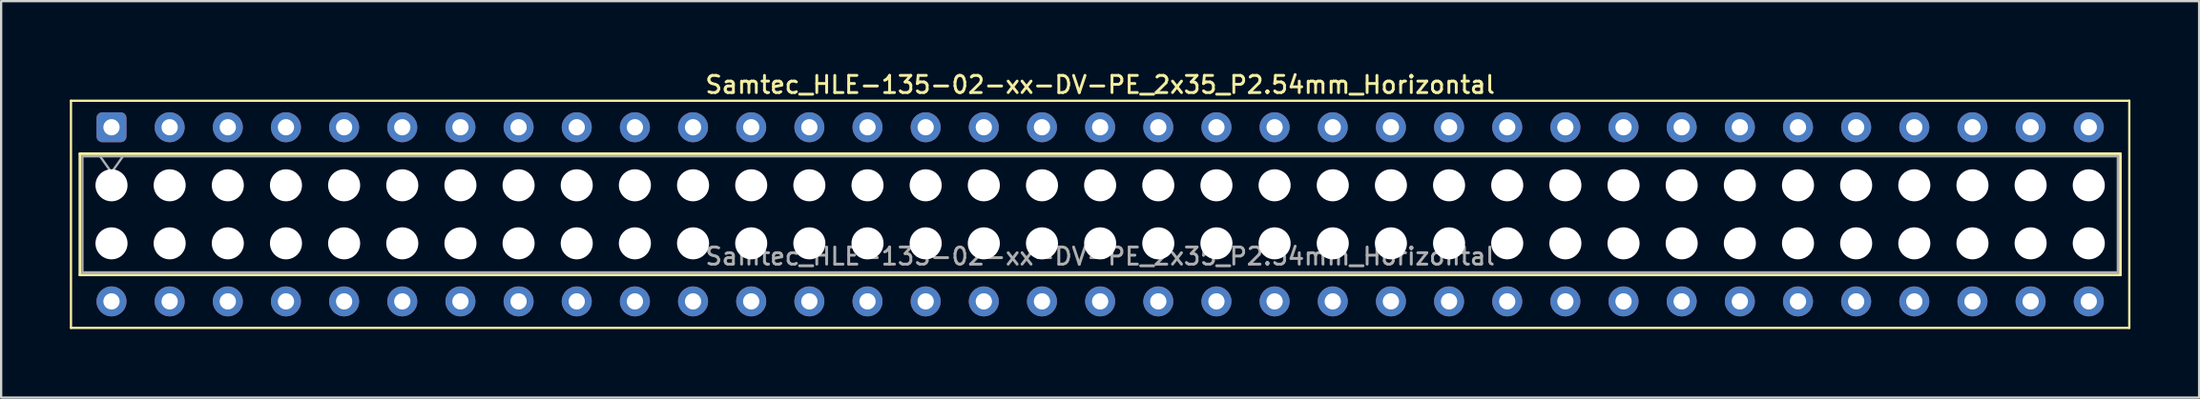
<source format=kicad_pcb>
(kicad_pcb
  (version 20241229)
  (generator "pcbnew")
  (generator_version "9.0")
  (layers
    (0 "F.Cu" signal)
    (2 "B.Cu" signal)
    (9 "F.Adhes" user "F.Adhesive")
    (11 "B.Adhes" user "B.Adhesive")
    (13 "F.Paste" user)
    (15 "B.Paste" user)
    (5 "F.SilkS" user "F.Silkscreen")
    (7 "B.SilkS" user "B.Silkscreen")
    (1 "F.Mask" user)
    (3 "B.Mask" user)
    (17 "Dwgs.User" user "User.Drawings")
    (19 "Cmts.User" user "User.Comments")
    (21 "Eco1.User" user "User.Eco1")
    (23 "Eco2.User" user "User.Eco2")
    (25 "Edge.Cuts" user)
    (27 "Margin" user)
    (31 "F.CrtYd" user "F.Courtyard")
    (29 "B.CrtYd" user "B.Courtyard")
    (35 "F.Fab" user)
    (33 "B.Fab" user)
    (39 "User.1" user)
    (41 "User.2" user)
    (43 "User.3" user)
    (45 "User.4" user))
  (footprint "Samtec_HLE-135-02-xx-DV-PE_2x35_P2.54mm_Horizontal"
    (layer "F.Cu")
    (at 1.82 2.518)
    (property "Reference" "Samtec_HLE-135-02-xx-DV-PE_2x35_P2.54mm_Horizontal" (at 43.18 -1.86 0) (layer "F.SilkS") (effects (font (size 0.75 0.75) (thickness 0.125))))
    (attr through_hole)
    (fp_line (start -1.77 -1.16) (end 88.13 -1.16) (stroke (width 0.1) (type solid)) (layer "F.SilkS"))
    (fp_line (start -1.77 8.78) (end -1.77 -1.16) (stroke (width 0.1) (type solid)) (layer "F.SilkS"))
    (fp_line (start -1.38 1.16) (end 87.74 1.16) (stroke (width 0.12) (type solid)) (layer "F.SilkS"))
    (fp_line (start -1.38 6.46) (end -1.38 1.16) (stroke (width 0.12) (type solid)) (layer "F.SilkS"))
    (fp_line (start 87.74 1.16) (end 87.74 6.46) (stroke (width 0.12) (type solid)) (layer "F.SilkS"))
    (fp_line (start 87.74 6.46) (end -1.38 6.46) (stroke (width 0.12) (type solid)) (layer "F.SilkS"))
    (fp_line (start 88.13 -1.16) (end 88.13 8.78) (stroke (width 0.1) (type solid)) (layer "F.SilkS"))
    (fp_line (start 88.13 8.78) (end -1.77 8.78) (stroke (width 0.1) (type solid)) (layer "F.SilkS"))
    (fp_line (start -1.27 1.27) (end 87.63 1.27) (stroke (width 0.1) (type solid)) (layer "F.Fab"))
    (fp_line (start -1.27 6.35) (end -1.27 1.27) (stroke (width 0.1) (type solid)) (layer "F.Fab"))
    (fp_line (start -0.5 1.27) (end 0 1.977) (stroke (width 0.1) (type solid)) (layer "F.Fab"))
    (fp_line (start 0 1.977) (end 0.5 1.27) (stroke (width 0.1) (type solid)) (layer "F.Fab"))
    (fp_line (start 87.63 1.27) (end 87.63 6.35) (stroke (width 0.1) (type solid)) (layer "F.Fab"))
    (fp_line (start 87.63 6.35) (end -1.27 6.35) (stroke (width 0.1) (type solid)) (layer "F.Fab"))
    (fp_text user "${REFERENCE}" (at 43.18 5.65 0) (layer "F.Fab") (effects (font (size 0.75 0.75) (thickness 0.125))))
    (pad "" np_thru_hole circle (at 0 2.54) (size 1.4 1.4) (drill 1.4) (layers "*.Cu" "*.Mask"))
    (pad "" np_thru_hole circle (at 0 5.08) (size 1.4 1.4) (drill 1.4) (layers "*.Cu" "*.Mask"))
    (pad "" np_thru_hole circle (at 2.54 2.54) (size 1.4 1.4) (drill 1.4) (layers "*.Cu" "*.Mask"))
    (pad "" np_thru_hole circle (at 2.54 5.08) (size 1.4 1.4) (drill 1.4) (layers "*.Cu" "*.Mask"))
    (pad "" np_thru_hole circle (at 5.08 2.54) (size 1.4 1.4) (drill 1.4) (layers "*.Cu" "*.Mask"))
    (pad "" np_thru_hole circle (at 5.08 5.08) (size 1.4 1.4) (drill 1.4) (layers "*.Cu" "*.Mask"))
    (pad "" np_thru_hole circle (at 7.62 2.54) (size 1.4 1.4) (drill 1.4) (layers "*.Cu" "*.Mask"))
    (pad "" np_thru_hole circle (at 7.62 5.08) (size 1.4 1.4) (drill 1.4) (layers "*.Cu" "*.Mask"))
    (pad "" np_thru_hole circle (at 10.16 2.54) (size 1.4 1.4) (drill 1.4) (layers "*.Cu" "*.Mask"))
    (pad "" np_thru_hole circle (at 10.16 5.08) (size 1.4 1.4) (drill 1.4) (layers "*.Cu" "*.Mask"))
    (pad "" np_thru_hole circle (at 12.7 2.54) (size 1.4 1.4) (drill 1.4) (layers "*.Cu" "*.Mask"))
    (pad "" np_thru_hole circle (at 12.7 5.08) (size 1.4 1.4) (drill 1.4) (layers "*.Cu" "*.Mask"))
    (pad "" np_thru_hole circle (at 15.24 2.54) (size 1.4 1.4) (drill 1.4) (layers "*.Cu" "*.Mask"))
    (pad "" np_thru_hole circle (at 15.24 5.08) (size 1.4 1.4) (drill 1.4) (layers "*.Cu" "*.Mask"))
    (pad "" np_thru_hole circle (at 17.78 2.54) (size 1.4 1.4) (drill 1.4) (layers "*.Cu" "*.Mask"))
    (pad "" np_thru_hole circle (at 17.78 5.08) (size 1.4 1.4) (drill 1.4) (layers "*.Cu" "*.Mask"))
    (pad "" np_thru_hole circle (at 20.32 2.54) (size 1.4 1.4) (drill 1.4) (layers "*.Cu" "*.Mask"))
    (pad "" np_thru_hole circle (at 20.32 5.08) (size 1.4 1.4) (drill 1.4) (layers "*.Cu" "*.Mask"))
    (pad "" np_thru_hole circle (at 22.86 2.54) (size 1.4 1.4) (drill 1.4) (layers "*.Cu" "*.Mask"))
    (pad "" np_thru_hole circle (at 22.86 5.08) (size 1.4 1.4) (drill 1.4) (layers "*.Cu" "*.Mask"))
    (pad "" np_thru_hole circle (at 25.4 2.54) (size 1.4 1.4) (drill 1.4) (layers "*.Cu" "*.Mask"))
    (pad "" np_thru_hole circle (at 25.4 5.08) (size 1.4 1.4) (drill 1.4) (layers "*.Cu" "*.Mask"))
    (pad "" np_thru_hole circle (at 27.94 2.54) (size 1.4 1.4) (drill 1.4) (layers "*.Cu" "*.Mask"))
    (pad "" np_thru_hole circle (at 27.94 5.08) (size 1.4 1.4) (drill 1.4) (layers "*.Cu" "*.Mask"))
    (pad "" np_thru_hole circle (at 30.48 2.54) (size 1.4 1.4) (drill 1.4) (layers "*.Cu" "*.Mask"))
    (pad "" np_thru_hole circle (at 30.48 5.08) (size 1.4 1.4) (drill 1.4) (layers "*.Cu" "*.Mask"))
    (pad "" np_thru_hole circle (at 33.02 2.54) (size 1.4 1.4) (drill 1.4) (layers "*.Cu" "*.Mask"))
    (pad "" np_thru_hole circle (at 33.02 5.08) (size 1.4 1.4) (drill 1.4) (layers "*.Cu" "*.Mask"))
    (pad "" np_thru_hole circle (at 35.56 2.54) (size 1.4 1.4) (drill 1.4) (layers "*.Cu" "*.Mask"))
    (pad "" np_thru_hole circle (at 35.56 5.08) (size 1.4 1.4) (drill 1.4) (layers "*.Cu" "*.Mask"))
    (pad "" np_thru_hole circle (at 38.1 2.54) (size 1.4 1.4) (drill 1.4) (layers "*.Cu" "*.Mask"))
    (pad "" np_thru_hole circle (at 38.1 5.08) (size 1.4 1.4) (drill 1.4) (layers "*.Cu" "*.Mask"))
    (pad "" np_thru_hole circle (at 40.64 2.54) (size 1.4 1.4) (drill 1.4) (layers "*.Cu" "*.Mask"))
    (pad "" np_thru_hole circle (at 40.64 5.08) (size 1.4 1.4) (drill 1.4) (layers "*.Cu" "*.Mask"))
    (pad "" np_thru_hole circle (at 43.18 2.54) (size 1.4 1.4) (drill 1.4) (layers "*.Cu" "*.Mask"))
    (pad "" np_thru_hole circle (at 43.18 5.08) (size 1.4 1.4) (drill 1.4) (layers "*.Cu" "*.Mask"))
    (pad "" np_thru_hole circle (at 45.72 2.54) (size 1.4 1.4) (drill 1.4) (layers "*.Cu" "*.Mask"))
    (pad "" np_thru_hole circle (at 45.72 5.08) (size 1.4 1.4) (drill 1.4) (layers "*.Cu" "*.Mask"))
    (pad "" np_thru_hole circle (at 48.26 2.54) (size 1.4 1.4) (drill 1.4) (layers "*.Cu" "*.Mask"))
    (pad "" np_thru_hole circle (at 48.26 5.08) (size 1.4 1.4) (drill 1.4) (layers "*.Cu" "*.Mask"))
    (pad "" np_thru_hole circle (at 50.8 2.54) (size 1.4 1.4) (drill 1.4) (layers "*.Cu" "*.Mask"))
    (pad "" np_thru_hole circle (at 50.8 5.08) (size 1.4 1.4) (drill 1.4) (layers "*.Cu" "*.Mask"))
    (pad "" np_thru_hole circle (at 53.34 2.54) (size 1.4 1.4) (drill 1.4) (layers "*.Cu" "*.Mask"))
    (pad "" np_thru_hole circle (at 53.34 5.08) (size 1.4 1.4) (drill 1.4) (layers "*.Cu" "*.Mask"))
    (pad "" np_thru_hole circle (at 55.88 2.54) (size 1.4 1.4) (drill 1.4) (layers "*.Cu" "*.Mask"))
    (pad "" np_thru_hole circle (at 55.88 5.08) (size 1.4 1.4) (drill 1.4) (layers "*.Cu" "*.Mask"))
    (pad "" np_thru_hole circle (at 58.42 2.54) (size 1.4 1.4) (drill 1.4) (layers "*.Cu" "*.Mask"))
    (pad "" np_thru_hole circle (at 58.42 5.08) (size 1.4 1.4) (drill 1.4) (layers "*.Cu" "*.Mask"))
    (pad "" np_thru_hole circle (at 60.96 2.54) (size 1.4 1.4) (drill 1.4) (layers "*.Cu" "*.Mask"))
    (pad "" np_thru_hole circle (at 60.96 5.08) (size 1.4 1.4) (drill 1.4) (layers "*.Cu" "*.Mask"))
    (pad "" np_thru_hole circle (at 63.5 2.54) (size 1.4 1.4) (drill 1.4) (layers "*.Cu" "*.Mask"))
    (pad "" np_thru_hole circle (at 63.5 5.08) (size 1.4 1.4) (drill 1.4) (layers "*.Cu" "*.Mask"))
    (pad "" np_thru_hole circle (at 66.04 2.54) (size 1.4 1.4) (drill 1.4) (layers "*.Cu" "*.Mask"))
    (pad "" np_thru_hole circle (at 66.04 5.08) (size 1.4 1.4) (drill 1.4) (layers "*.Cu" "*.Mask"))
    (pad "" np_thru_hole circle (at 68.58 2.54) (size 1.4 1.4) (drill 1.4) (layers "*.Cu" "*.Mask"))
    (pad "" np_thru_hole circle (at 68.58 5.08) (size 1.4 1.4) (drill 1.4) (layers "*.Cu" "*.Mask"))
    (pad "" np_thru_hole circle (at 71.12 2.54) (size 1.4 1.4) (drill 1.4) (layers "*.Cu" "*.Mask"))
    (pad "" np_thru_hole circle (at 71.12 5.08) (size 1.4 1.4) (drill 1.4) (layers "*.Cu" "*.Mask"))
    (pad "" np_thru_hole circle (at 73.66 2.54) (size 1.4 1.4) (drill 1.4) (layers "*.Cu" "*.Mask"))
    (pad "" np_thru_hole circle (at 73.66 5.08) (size 1.4 1.4) (drill 1.4) (layers "*.Cu" "*.Mask"))
    (pad "" np_thru_hole circle (at 76.2 2.54) (size 1.4 1.4) (drill 1.4) (layers "*.Cu" "*.Mask"))
    (pad "" np_thru_hole circle (at 76.2 5.08) (size 1.4 1.4) (drill 1.4) (layers "*.Cu" "*.Mask"))
    (pad "" np_thru_hole circle (at 78.74 2.54) (size 1.4 1.4) (drill 1.4) (layers "*.Cu" "*.Mask"))
    (pad "" np_thru_hole circle (at 78.74 5.08) (size 1.4 1.4) (drill 1.4) (layers "*.Cu" "*.Mask"))
    (pad "" np_thru_hole circle (at 81.28 2.54) (size 1.4 1.4) (drill 1.4) (layers "*.Cu" "*.Mask"))
    (pad "" np_thru_hole circle (at 81.28 5.08) (size 1.4 1.4) (drill 1.4) (layers "*.Cu" "*.Mask"))
    (pad "" np_thru_hole circle (at 83.82 2.54) (size 1.4 1.4) (drill 1.4) (layers "*.Cu" "*.Mask"))
    (pad "" np_thru_hole circle (at 83.82 5.08) (size 1.4 1.4) (drill 1.4) (layers "*.Cu" "*.Mask"))
    (pad "" np_thru_hole circle (at 86.36 2.54) (size 1.4 1.4) (drill 1.4) (layers "*.Cu" "*.Mask"))
    (pad "" np_thru_hole circle (at 86.36 5.08) (size 1.4 1.4) (drill 1.4) (layers "*.Cu" "*.Mask"))
    (pad "1" thru_hole roundrect (at 0 0) (size 1.31 1.31) (drill 0.71) (layers "*.Cu" "*.Mask") (roundrect_rratio 0.191))
    (pad "2" thru_hole circle (at 0 7.62) (size 1.31 1.31) (drill 0.71) (layers "*.Cu" "*.Mask"))
    (pad "3" thru_hole circle (at 2.54 0) (size 1.31 1.31) (drill 0.71) (layers "*.Cu" "*.Mask"))
    (pad "4" thru_hole circle (at 2.54 7.62) (size 1.31 1.31) (drill 0.71) (layers "*.Cu" "*.Mask"))
    (pad "5" thru_hole circle (at 5.08 0) (size 1.31 1.31) (drill 0.71) (layers "*.Cu" "*.Mask"))
    (pad "6" thru_hole circle (at 5.08 7.62) (size 1.31 1.31) (drill 0.71) (layers "*.Cu" "*.Mask"))
    (pad "7" thru_hole circle (at 7.62 0) (size 1.31 1.31) (drill 0.71) (layers "*.Cu" "*.Mask"))
    (pad "8" thru_hole circle (at 7.62 7.62) (size 1.31 1.31) (drill 0.71) (layers "*.Cu" "*.Mask"))
    (pad "9" thru_hole circle (at 10.16 0) (size 1.31 1.31) (drill 0.71) (layers "*.Cu" "*.Mask"))
    (pad "10" thru_hole circle (at 10.16 7.62) (size 1.31 1.31) (drill 0.71) (layers "*.Cu" "*.Mask"))
    (pad "11" thru_hole circle (at 12.7 0) (size 1.31 1.31) (drill 0.71) (layers "*.Cu" "*.Mask"))
    (pad "12" thru_hole circle (at 12.7 7.62) (size 1.31 1.31) (drill 0.71) (layers "*.Cu" "*.Mask"))
    (pad "13" thru_hole circle (at 15.24 0) (size 1.31 1.31) (drill 0.71) (layers "*.Cu" "*.Mask"))
    (pad "14" thru_hole circle (at 15.24 7.62) (size 1.31 1.31) (drill 0.71) (layers "*.Cu" "*.Mask"))
    (pad "15" thru_hole circle (at 17.78 0) (size 1.31 1.31) (drill 0.71) (layers "*.Cu" "*.Mask"))
    (pad "16" thru_hole circle (at 17.78 7.62) (size 1.31 1.31) (drill 0.71) (layers "*.Cu" "*.Mask"))
    (pad "17" thru_hole circle (at 20.32 0) (size 1.31 1.31) (drill 0.71) (layers "*.Cu" "*.Mask"))
    (pad "18" thru_hole circle (at 20.32 7.62) (size 1.31 1.31) (drill 0.71) (layers "*.Cu" "*.Mask"))
    (pad "19" thru_hole circle (at 22.86 0) (size 1.31 1.31) (drill 0.71) (layers "*.Cu" "*.Mask"))
    (pad "20" thru_hole circle (at 22.86 7.62) (size 1.31 1.31) (drill 0.71) (layers "*.Cu" "*.Mask"))
    (pad "21" thru_hole circle (at 25.4 0) (size 1.31 1.31) (drill 0.71) (layers "*.Cu" "*.Mask"))
    (pad "22" thru_hole circle (at 25.4 7.62) (size 1.31 1.31) (drill 0.71) (layers "*.Cu" "*.Mask"))
    (pad "23" thru_hole circle (at 27.94 0) (size 1.31 1.31) (drill 0.71) (layers "*.Cu" "*.Mask"))
    (pad "24" thru_hole circle (at 27.94 7.62) (size 1.31 1.31) (drill 0.71) (layers "*.Cu" "*.Mask"))
    (pad "25" thru_hole circle (at 30.48 0) (size 1.31 1.31) (drill 0.71) (layers "*.Cu" "*.Mask"))
    (pad "26" thru_hole circle (at 30.48 7.62) (size 1.31 1.31) (drill 0.71) (layers "*.Cu" "*.Mask"))
    (pad "27" thru_hole circle (at 33.02 0) (size 1.31 1.31) (drill 0.71) (layers "*.Cu" "*.Mask"))
    (pad "28" thru_hole circle (at 33.02 7.62) (size 1.31 1.31) (drill 0.71) (layers "*.Cu" "*.Mask"))
    (pad "29" thru_hole circle (at 35.56 0) (size 1.31 1.31) (drill 0.71) (layers "*.Cu" "*.Mask"))
    (pad "30" thru_hole circle (at 35.56 7.62) (size 1.31 1.31) (drill 0.71) (layers "*.Cu" "*.Mask"))
    (pad "31" thru_hole circle (at 38.1 0) (size 1.31 1.31) (drill 0.71) (layers "*.Cu" "*.Mask"))
    (pad "32" thru_hole circle (at 38.1 7.62) (size 1.31 1.31) (drill 0.71) (layers "*.Cu" "*.Mask"))
    (pad "33" thru_hole circle (at 40.64 0) (size 1.31 1.31) (drill 0.71) (layers "*.Cu" "*.Mask"))
    (pad "34" thru_hole circle (at 40.64 7.62) (size 1.31 1.31) (drill 0.71) (layers "*.Cu" "*.Mask"))
    (pad "35" thru_hole circle (at 43.18 0) (size 1.31 1.31) (drill 0.71) (layers "*.Cu" "*.Mask"))
    (pad "36" thru_hole circle (at 43.18 7.62) (size 1.31 1.31) (drill 0.71) (layers "*.Cu" "*.Mask"))
    (pad "37" thru_hole circle (at 45.72 0) (size 1.31 1.31) (drill 0.71) (layers "*.Cu" "*.Mask"))
    (pad "38" thru_hole circle (at 45.72 7.62) (size 1.31 1.31) (drill 0.71) (layers "*.Cu" "*.Mask"))
    (pad "39" thru_hole circle (at 48.26 0) (size 1.31 1.31) (drill 0.71) (layers "*.Cu" "*.Mask"))
    (pad "40" thru_hole circle (at 48.26 7.62) (size 1.31 1.31) (drill 0.71) (layers "*.Cu" "*.Mask"))
    (pad "41" thru_hole circle (at 50.8 0) (size 1.31 1.31) (drill 0.71) (layers "*.Cu" "*.Mask"))
    (pad "42" thru_hole circle (at 50.8 7.62) (size 1.31 1.31) (drill 0.71) (layers "*.Cu" "*.Mask"))
    (pad "43" thru_hole circle (at 53.34 0) (size 1.31 1.31) (drill 0.71) (layers "*.Cu" "*.Mask"))
    (pad "44" thru_hole circle (at 53.34 7.62) (size 1.31 1.31) (drill 0.71) (layers "*.Cu" "*.Mask"))
    (pad "45" thru_hole circle (at 55.88 0) (size 1.31 1.31) (drill 0.71) (layers "*.Cu" "*.Mask"))
    (pad "46" thru_hole circle (at 55.88 7.62) (size 1.31 1.31) (drill 0.71) (layers "*.Cu" "*.Mask"))
    (pad "47" thru_hole circle (at 58.42 0) (size 1.31 1.31) (drill 0.71) (layers "*.Cu" "*.Mask"))
    (pad "48" thru_hole circle (at 58.42 7.62) (size 1.31 1.31) (drill 0.71) (layers "*.Cu" "*.Mask"))
    (pad "49" thru_hole circle (at 60.96 0) (size 1.31 1.31) (drill 0.71) (layers "*.Cu" "*.Mask"))
    (pad "50" thru_hole circle (at 60.96 7.62) (size 1.31 1.31) (drill 0.71) (layers "*.Cu" "*.Mask"))
    (pad "51" thru_hole circle (at 63.5 0) (size 1.31 1.31) (drill 0.71) (layers "*.Cu" "*.Mask"))
    (pad "52" thru_hole circle (at 63.5 7.62) (size 1.31 1.31) (drill 0.71) (layers "*.Cu" "*.Mask"))
    (pad "53" thru_hole circle (at 66.04 0) (size 1.31 1.31) (drill 0.71) (layers "*.Cu" "*.Mask"))
    (pad "54" thru_hole circle (at 66.04 7.62) (size 1.31 1.31) (drill 0.71) (layers "*.Cu" "*.Mask"))
    (pad "55" thru_hole circle (at 68.58 0) (size 1.31 1.31) (drill 0.71) (layers "*.Cu" "*.Mask"))
    (pad "56" thru_hole circle (at 68.58 7.62) (size 1.31 1.31) (drill 0.71) (layers "*.Cu" "*.Mask"))
    (pad "57" thru_hole circle (at 71.12 0) (size 1.31 1.31) (drill 0.71) (layers "*.Cu" "*.Mask"))
    (pad "58" thru_hole circle (at 71.12 7.62) (size 1.31 1.31) (drill 0.71) (layers "*.Cu" "*.Mask"))
    (pad "59" thru_hole circle (at 73.66 0) (size 1.31 1.31) (drill 0.71) (layers "*.Cu" "*.Mask"))
    (pad "60" thru_hole circle (at 73.66 7.62) (size 1.31 1.31) (drill 0.71) (layers "*.Cu" "*.Mask"))
    (pad "61" thru_hole circle (at 76.2 0) (size 1.31 1.31) (drill 0.71) (layers "*.Cu" "*.Mask"))
    (pad "62" thru_hole circle (at 76.2 7.62) (size 1.31 1.31) (drill 0.71) (layers "*.Cu" "*.Mask"))
    (pad "63" thru_hole circle (at 78.74 0) (size 1.31 1.31) (drill 0.71) (layers "*.Cu" "*.Mask"))
    (pad "64" thru_hole circle (at 78.74 7.62) (size 1.31 1.31) (drill 0.71) (layers "*.Cu" "*.Mask"))
    (pad "65" thru_hole circle (at 81.28 0) (size 1.31 1.31) (drill 0.71) (layers "*.Cu" "*.Mask"))
    (pad "66" thru_hole circle (at 81.28 7.62) (size 1.31 1.31) (drill 0.71) (layers "*.Cu" "*.Mask"))
    (pad "67" thru_hole circle (at 83.82 0) (size 1.31 1.31) (drill 0.71) (layers "*.Cu" "*.Mask"))
    (pad "68" thru_hole circle (at 83.82 7.62) (size 1.31 1.31) (drill 0.71) (layers "*.Cu" "*.Mask"))
    (pad "69" thru_hole circle (at 86.36 0) (size 1.31 1.31) (drill 0.71) (layers "*.Cu" "*.Mask"))
    (pad "70" thru_hole circle (at 86.36 7.62) (size 1.31 1.31) (drill 0.71) (layers "*.Cu" "*.Mask")))
  (gr_rect
    (start -3 -3)
    (end 93 14.348)
    (stroke (width 0.1) (type default))
    (fill no)
    (layer "Edge.Cuts")))
</source>
